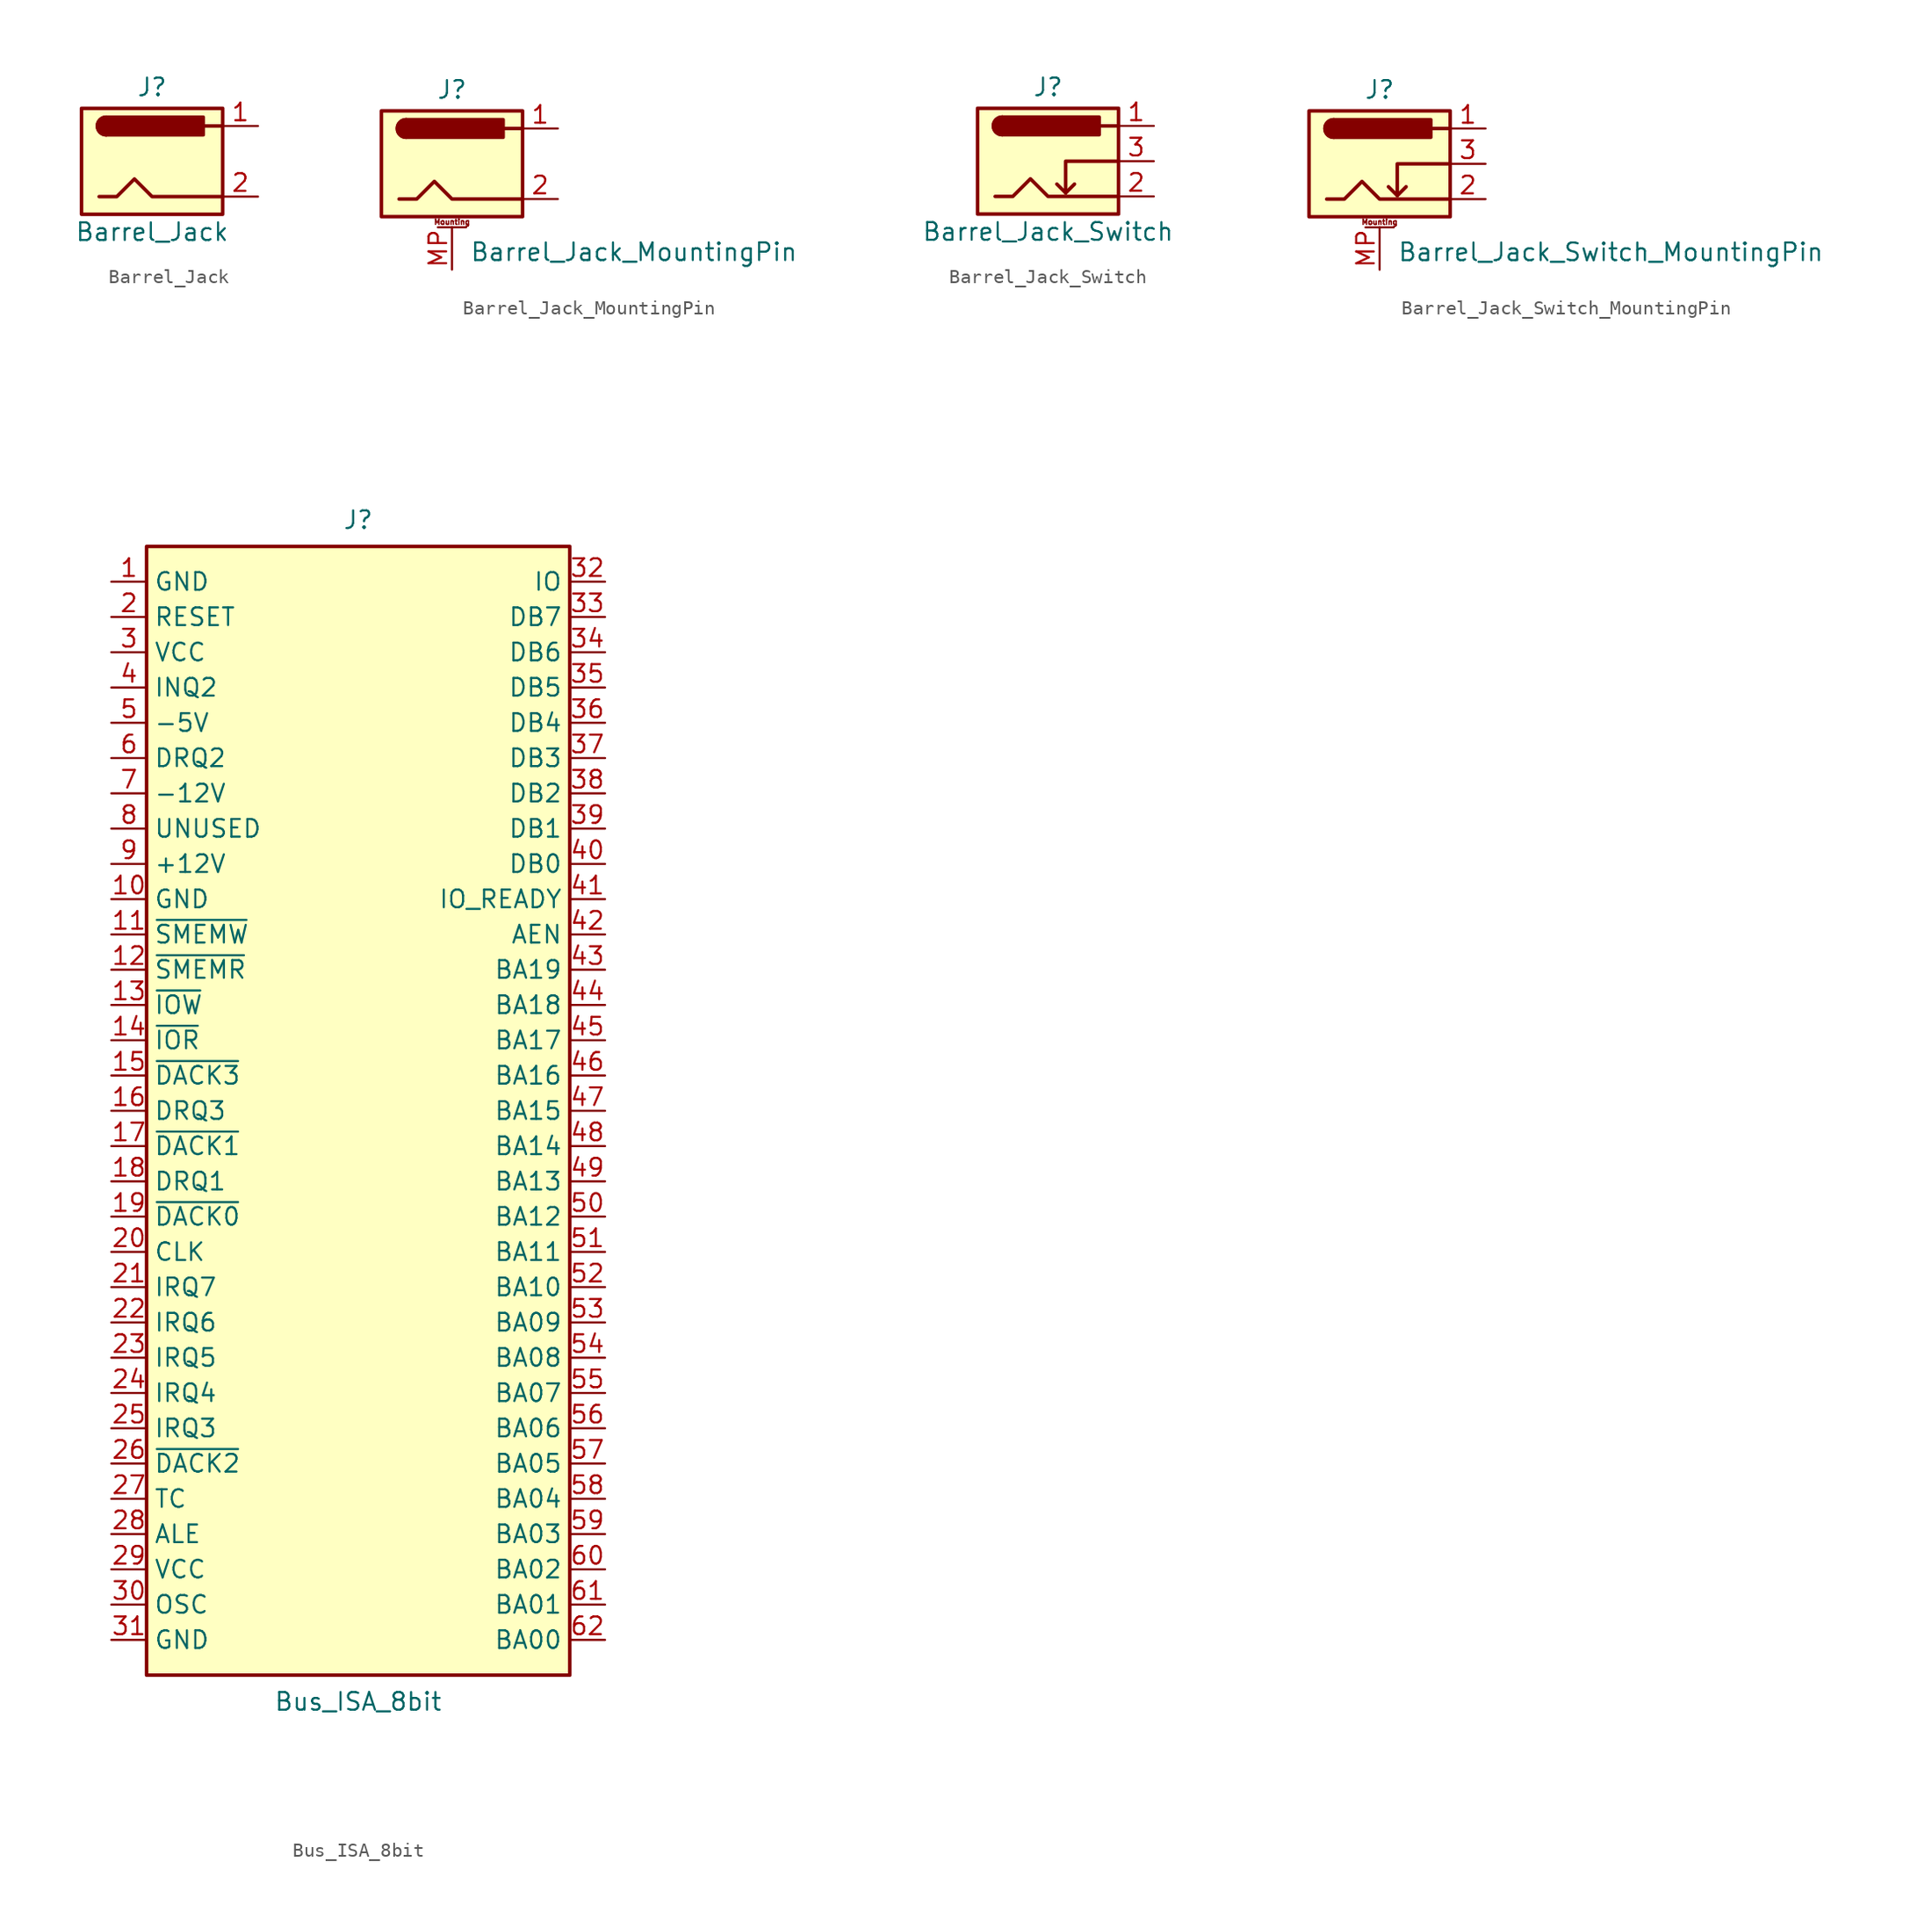
<source format=kicad_sym>
(kicad_symbol_lib
  (version 20201005)
  (generator kicad_symbol_editor)
  (symbol "Barrel_Jack"
    (pin_names
      (offset 1.016))
    (property "Reference" "J"
      (at 0 5.334 0)
      (effects (font (size 1.27 1.27))))
    (property "Value" "Barrel_Jack"
      (at 0 -5.08 0)
      (effects (font (size 1.27 1.27))))
    (symbol "Barrel_Jack_0_1"
      (arc (start -3.302 3.175) (end -3.302 1.905) (radius (at -3.302 2.54) (length 0.635) (angles 90.1 -90.1)) (stroke (width 0.254)) (fill (type outline)))
      (arc (start -3.302 3.175) (end -3.302 1.905) (radius (at -3.302 2.54) (length 0.635) (angles 90.1 -90.1)) (stroke (width 0.254)) (fill (type none)))
      (rectangle (start -5.08 3.81) (end 5.08 -3.81) (stroke (width 0.254)) (fill (type background)))
      (rectangle (start 3.683 3.175) (end -3.302 1.905) (stroke (width 0.254)) (fill (type outline)))
      (polyline (pts (xy 5.08 2.54) (xy 3.81 2.54)) (stroke (width 0.254)) (fill (type none)))
      (polyline (pts (xy -3.81 -2.54) (xy -2.54 -2.54) (xy -1.27 -1.27) (xy 0 -2.54) (xy 2.54 -2.54) (xy 5.08 -2.54)) (stroke (width 0.254)) (fill (type none))))
    (symbol "Barrel_Jack_1_1"
      (pin passive line (at 7.62 2.54 180) (length 2.54) (name "~" (effects (font (size 1.27 1.27)))) (number "1" (effects (font (size 1.27 1.27)))))
      (pin passive line (at 7.62 -2.54 180) (length 2.54) (name "~" (effects (font (size 1.27 1.27)))) (number "2" (effects (font (size 1.27 1.27)))))))
  (symbol "Barrel_Jack_MountingPin"
    (pin_names hide)
    (property "Reference" "J"
      (at 0 5.334 0)
      (effects (font (size 1.27 1.27))))
    (property "Value" "Barrel_Jack_MountingPin"
      (at 1.27 -6.35 0)
      (effects (font (size 1.27 1.27)) (justify left)))
    (symbol "Barrel_Jack_MountingPin_0_1"
      (arc (start -3.302 3.175) (end -3.302 1.905) (radius (at -3.302 2.54) (length 0.635) (angles 90.1 -90.1)) (stroke (width 0.254)) (fill (type outline)))
      (arc (start -3.302 3.175) (end -3.302 1.905) (radius (at -3.302 2.54) (length 0.635) (angles 90.1 -90.1)) (stroke (width 0.254)) (fill (type none)))
      (rectangle (start -5.08 3.81) (end 5.08 -3.81) (stroke (width 0.254)) (fill (type background)))
      (rectangle (start 3.683 3.175) (end -3.302 1.905) (stroke (width 0.254)) (fill (type outline)))
      (polyline (pts (xy 5.08 2.54) (xy 3.81 2.54)) (stroke (width 0.254)) (fill (type none)))
      (polyline (pts (xy -3.81 -2.54) (xy -2.54 -2.54) (xy -1.27 -1.27) (xy 0 -2.54) (xy 2.54 -2.54) (xy 5.08 -2.54)) (stroke (width 0.254)) (fill (type none))))
    (symbol "Barrel_Jack_MountingPin_1_1"
      (text "Mounting" (at 0 -4.191 0) (effects (font (size 0.381 0.381))))
      (polyline (pts (xy -1.016 -4.572) (xy 1.016 -4.572)) (stroke (width 0.152)) (fill (type none)))
      (pin passive line (at 7.62 2.54 180) (length 2.54) (name "~" (effects (font (size 1.27 1.27)))) (number "1" (effects (font (size 1.27 1.27)))))
      (pin passive line (at 7.62 -2.54 180) (length 2.54) (name "~" (effects (font (size 1.27 1.27)))) (number "2" (effects (font (size 1.27 1.27)))))
      (pin passive line (at 0 -7.62 90) (length 3.048) (name "MountPin" (effects (font (size 1.27 1.27)))) (number "MP" (effects (font (size 1.27 1.27)))))))
  (symbol "Barrel_Jack_Switch"
    (pin_names hide)
    (property "Reference" "J"
      (at 0 5.334 0)
      (effects (font (size 1.27 1.27))))
    (property "Value" "Barrel_Jack_Switch"
      (at 0 -5.08 0)
      (effects (font (size 1.27 1.27))))
    (symbol "Barrel_Jack_Switch_0_1"
      (arc (start -3.302 3.175) (end -3.302 1.905) (radius (at -3.302 2.54) (length 0.635) (angles 90.1 -90.1)) (stroke (width 0.254)) (fill (type outline)))
      (arc (start -3.302 3.175) (end -3.302 1.905) (radius (at -3.302 2.54) (length 0.635) (angles 90.1 -90.1)) (stroke (width 0.254)) (fill (type none)))
      (rectangle (start -5.08 3.81) (end 5.08 -3.81) (stroke (width 0.254)) (fill (type background)))
      (rectangle (start 3.683 3.175) (end -3.302 1.905) (stroke (width 0.254)) (fill (type outline)))
      (polyline (pts (xy 1.27 -2.286) (xy 1.905 -1.651)) (stroke (width 0.254)) (fill (type none)))
      (polyline (pts (xy 5.08 2.54) (xy 3.81 2.54)) (stroke (width 0.254)) (fill (type none)))
      (polyline (pts (xy 5.08 0) (xy 1.27 0) (xy 1.27 -2.286) (xy 0.635 -1.651)) (stroke (width 0.254)) (fill (type none)))
      (polyline (pts (xy -3.81 -2.54) (xy -2.54 -2.54) (xy -1.27 -1.27) (xy 0 -2.54) (xy 2.54 -2.54) (xy 5.08 -2.54)) (stroke (width 0.254)) (fill (type none))))
    (symbol "Barrel_Jack_Switch_1_1"
      (pin passive line (at 7.62 2.54 180) (length 2.54) (name "~" (effects (font (size 1.27 1.27)))) (number "1" (effects (font (size 1.27 1.27)))))
      (pin passive line (at 7.62 -2.54 180) (length 2.54) (name "~" (effects (font (size 1.27 1.27)))) (number "2" (effects (font (size 1.27 1.27)))))
      (pin passive line (at 7.62 0 180) (length 2.54) (name "~" (effects (font (size 1.27 1.27)))) (number "3" (effects (font (size 1.27 1.27)))))))
  (symbol "Barrel_Jack_Switch_MountingPin"
    (pin_names hide)
    (property "Reference" "J"
      (at 0 5.334 0)
      (effects (font (size 1.27 1.27))))
    (property "Value" "Barrel_Jack_Switch_MountingPin"
      (at 1.27 -6.35 0)
      (effects (font (size 1.27 1.27)) (justify left)))
    (symbol "Barrel_Jack_Switch_MountingPin_0_1"
      (arc (start -3.302 3.175) (end -3.302 1.905) (radius (at -3.302 2.54) (length 0.635) (angles 90.1 -90.1)) (stroke (width 0.254)) (fill (type outline)))
      (arc (start -3.302 3.175) (end -3.302 1.905) (radius (at -3.302 2.54) (length 0.635) (angles 90.1 -90.1)) (stroke (width 0.254)) (fill (type none)))
      (rectangle (start -5.08 3.81) (end 5.08 -3.81) (stroke (width 0.254)) (fill (type background)))
      (rectangle (start 3.683 3.175) (end -3.302 1.905) (stroke (width 0.254)) (fill (type outline)))
      (polyline (pts (xy 1.27 -2.286) (xy 1.905 -1.651)) (stroke (width 0.254)) (fill (type none)))
      (polyline (pts (xy 5.08 2.54) (xy 3.81 2.54)) (stroke (width 0.254)) (fill (type none)))
      (polyline (pts (xy 5.08 0) (xy 1.27 0) (xy 1.27 -2.286) (xy 0.635 -1.651)) (stroke (width 0.254)) (fill (type none)))
      (polyline (pts (xy -3.81 -2.54) (xy -2.54 -2.54) (xy -1.27 -1.27) (xy 0 -2.54) (xy 2.54 -2.54) (xy 5.08 -2.54)) (stroke (width 0.254)) (fill (type none))))
    (symbol "Barrel_Jack_Switch_MountingPin_1_1"
      (text "Mounting" (at 0 -4.191 0) (effects (font (size 0.381 0.381))))
      (polyline (pts (xy -1.016 -4.572) (xy 1.016 -4.572)) (stroke (width 0.152)) (fill (type none)))
      (pin passive line (at 7.62 2.54 180) (length 2.54) (name "~" (effects (font (size 1.27 1.27)))) (number "1" (effects (font (size 1.27 1.27)))))
      (pin passive line (at 7.62 -2.54 180) (length 2.54) (name "~" (effects (font (size 1.27 1.27)))) (number "2" (effects (font (size 1.27 1.27)))))
      (pin passive line (at 7.62 0 180) (length 2.54) (name "~" (effects (font (size 1.27 1.27)))) (number "3" (effects (font (size 1.27 1.27)))))
      (pin passive line (at 0 -7.62 90) (length 3.048) (name "MountPin" (effects (font (size 1.27 1.27)))) (number "MP" (effects (font (size 1.27 1.27)))))))
  (symbol "Bus_ISA_8bit"
    (property "Reference" "J"
      (at 0 42.545 0)
      (effects (font (size 1.27 1.27))))
    (property "Value" "Bus_ISA_8bit"
      (at 0 -42.545 0)
      (effects (font (size 1.27 1.27))))
    (symbol "Bus_ISA_8bit_0_1"
      (rectangle (start -15.24 -40.64) (end 15.24 40.64) (stroke (width 0.254)) (fill (type background))))
    (symbol "Bus_ISA_8bit_1_1"
      (pin power_in line (at -17.78 38.1 0) (length 2.54) (name "GND" (effects (font (size 1.27 1.27)))) (number "1" (effects (font (size 1.27 1.27)))))
      (pin power_in line (at -17.78 15.24 0) (length 2.54) (name "GND" (effects (font (size 1.27 1.27)))) (number "10" (effects (font (size 1.27 1.27)))))
      (pin output line (at -17.78 12.7 0) (length 2.54) (name "~SMEMW" (effects (font (size 1.27 1.27)))) (number "11" (effects (font (size 1.27 1.27)))))
      (pin output line (at -17.78 10.16 0) (length 2.54) (name "~SMEMR" (effects (font (size 1.27 1.27)))) (number "12" (effects (font (size 1.27 1.27)))))
      (pin output line (at -17.78 7.62 0) (length 2.54) (name "~IOW" (effects (font (size 1.27 1.27)))) (number "13" (effects (font (size 1.27 1.27)))))
      (pin output line (at -17.78 5.08 0) (length 2.54) (name "~IOR" (effects (font (size 1.27 1.27)))) (number "14" (effects (font (size 1.27 1.27)))))
      (pin passive line (at -17.78 2.54 0) (length 2.54) (name "~DACK3" (effects (font (size 1.27 1.27)))) (number "15" (effects (font (size 1.27 1.27)))))
      (pin passive line (at -17.78 0 0) (length 2.54) (name "DRQ3" (effects (font (size 1.27 1.27)))) (number "16" (effects (font (size 1.27 1.27)))))
      (pin passive line (at -17.78 -2.54 0) (length 2.54) (name "~DACK1" (effects (font (size 1.27 1.27)))) (number "17" (effects (font (size 1.27 1.27)))))
      (pin passive line (at -17.78 -5.08 0) (length 2.54) (name "DRQ1" (effects (font (size 1.27 1.27)))) (number "18" (effects (font (size 1.27 1.27)))))
      (pin passive line (at -17.78 -7.62 0) (length 2.54) (name "~DACK0" (effects (font (size 1.27 1.27)))) (number "19" (effects (font (size 1.27 1.27)))))
      (pin output line (at -17.78 35.56 0) (length 2.54) (name "RESET" (effects (font (size 1.27 1.27)))) (number "2" (effects (font (size 1.27 1.27)))))
      (pin output line (at -17.78 -10.16 0) (length 2.54) (name "CLK" (effects (font (size 1.27 1.27)))) (number "20" (effects (font (size 1.27 1.27)))))
      (pin passive line (at -17.78 -12.7 0) (length 2.54) (name "IRQ7" (effects (font (size 1.27 1.27)))) (number "21" (effects (font (size 1.27 1.27)))))
      (pin passive line (at -17.78 -15.24 0) (length 2.54) (name "IRQ6" (effects (font (size 1.27 1.27)))) (number "22" (effects (font (size 1.27 1.27)))))
      (pin passive line (at -17.78 -17.78 0) (length 2.54) (name "IRQ5" (effects (font (size 1.27 1.27)))) (number "23" (effects (font (size 1.27 1.27)))))
      (pin passive line (at -17.78 -20.32 0) (length 2.54) (name "IRQ4" (effects (font (size 1.27 1.27)))) (number "24" (effects (font (size 1.27 1.27)))))
      (pin passive line (at -17.78 -22.86 0) (length 2.54) (name "IRQ3" (effects (font (size 1.27 1.27)))) (number "25" (effects (font (size 1.27 1.27)))))
      (pin passive line (at -17.78 -25.4 0) (length 2.54) (name "~DACK2" (effects (font (size 1.27 1.27)))) (number "26" (effects (font (size 1.27 1.27)))))
      (pin passive line (at -17.78 -27.94 0) (length 2.54) (name "TC" (effects (font (size 1.27 1.27)))) (number "27" (effects (font (size 1.27 1.27)))))
      (pin output line (at -17.78 -30.48 0) (length 2.54) (name "ALE" (effects (font (size 1.27 1.27)))) (number "28" (effects (font (size 1.27 1.27)))))
      (pin power_in line (at -17.78 -33.02 0) (length 2.54) (name "VCC" (effects (font (size 1.27 1.27)))) (number "29" (effects (font (size 1.27 1.27)))))
      (pin power_in line (at -17.78 33.02 0) (length 2.54) (name "VCC" (effects (font (size 1.27 1.27)))) (number "3" (effects (font (size 1.27 1.27)))))
      (pin output line (at -17.78 -35.56 0) (length 2.54) (name "OSC" (effects (font (size 1.27 1.27)))) (number "30" (effects (font (size 1.27 1.27)))))
      (pin power_in line (at -17.78 -38.1 0) (length 2.54) (name "GND" (effects (font (size 1.27 1.27)))) (number "31" (effects (font (size 1.27 1.27)))))
      (pin passive line (at 17.78 38.1 180) (length 2.54) (name "IO" (effects (font (size 1.27 1.27)))) (number "32" (effects (font (size 1.27 1.27)))))
      (pin tri_state line (at 17.78 35.56 180) (length 2.54) (name "DB7" (effects (font (size 1.27 1.27)))) (number "33" (effects (font (size 1.27 1.27)))))
      (pin tri_state line (at 17.78 33.02 180) (length 2.54) (name "DB6" (effects (font (size 1.27 1.27)))) (number "34" (effects (font (size 1.27 1.27)))))
      (pin tri_state line (at 17.78 30.48 180) (length 2.54) (name "DB5" (effects (font (size 1.27 1.27)))) (number "35" (effects (font (size 1.27 1.27)))))
      (pin tri_state line (at 17.78 27.94 180) (length 2.54) (name "DB4" (effects (font (size 1.27 1.27)))) (number "36" (effects (font (size 1.27 1.27)))))
      (pin tri_state line (at 17.78 25.4 180) (length 2.54) (name "DB3" (effects (font (size 1.27 1.27)))) (number "37" (effects (font (size 1.27 1.27)))))
      (pin tri_state line (at 17.78 22.86 180) (length 2.54) (name "DB2" (effects (font (size 1.27 1.27)))) (number "38" (effects (font (size 1.27 1.27)))))
      (pin tri_state line (at 17.78 20.32 180) (length 2.54) (name "DB1" (effects (font (size 1.27 1.27)))) (number "39" (effects (font (size 1.27 1.27)))))
      (pin passive line (at -17.78 30.48 0) (length 2.54) (name "INQ2" (effects (font (size 1.27 1.27)))) (number "4" (effects (font (size 1.27 1.27)))))
      (pin tri_state line (at 17.78 17.78 180) (length 2.54) (name "DB0" (effects (font (size 1.27 1.27)))) (number "40" (effects (font (size 1.27 1.27)))))
      (pin passive line (at 17.78 15.24 180) (length 2.54) (name "IO_READY" (effects (font (size 1.27 1.27)))) (number "41" (effects (font (size 1.27 1.27)))))
      (pin output line (at 17.78 12.7 180) (length 2.54) (name "AEN" (effects (font (size 1.27 1.27)))) (number "42" (effects (font (size 1.27 1.27)))))
      (pin tri_state line (at 17.78 10.16 180) (length 2.54) (name "BA19" (effects (font (size 1.27 1.27)))) (number "43" (effects (font (size 1.27 1.27)))))
      (pin tri_state line (at 17.78 7.62 180) (length 2.54) (name "BA18" (effects (font (size 1.27 1.27)))) (number "44" (effects (font (size 1.27 1.27)))))
      (pin tri_state line (at 17.78 5.08 180) (length 2.54) (name "BA17" (effects (font (size 1.27 1.27)))) (number "45" (effects (font (size 1.27 1.27)))))
      (pin tri_state line (at 17.78 2.54 180) (length 2.54) (name "BA16" (effects (font (size 1.27 1.27)))) (number "46" (effects (font (size 1.27 1.27)))))
      (pin tri_state line (at 17.78 0 180) (length 2.54) (name "BA15" (effects (font (size 1.27 1.27)))) (number "47" (effects (font (size 1.27 1.27)))))
      (pin tri_state line (at 17.78 -2.54 180) (length 2.54) (name "BA14" (effects (font (size 1.27 1.27)))) (number "48" (effects (font (size 1.27 1.27)))))
      (pin tri_state line (at 17.78 -5.08 180) (length 2.54) (name "BA13" (effects (font (size 1.27 1.27)))) (number "49" (effects (font (size 1.27 1.27)))))
      (pin power_in line (at -17.78 27.94 0) (length 2.54) (name "-5V" (effects (font (size 1.27 1.27)))) (number "5" (effects (font (size 1.27 1.27)))))
      (pin tri_state line (at 17.78 -7.62 180) (length 2.54) (name "BA12" (effects (font (size 1.27 1.27)))) (number "50" (effects (font (size 1.27 1.27)))))
      (pin tri_state line (at 17.78 -10.16 180) (length 2.54) (name "BA11" (effects (font (size 1.27 1.27)))) (number "51" (effects (font (size 1.27 1.27)))))
      (pin tri_state line (at 17.78 -12.7 180) (length 2.54) (name "BA10" (effects (font (size 1.27 1.27)))) (number "52" (effects (font (size 1.27 1.27)))))
      (pin tri_state line (at 17.78 -15.24 180) (length 2.54) (name "BA09" (effects (font (size 1.27 1.27)))) (number "53" (effects (font (size 1.27 1.27)))))
      (pin tri_state line (at 17.78 -17.78 180) (length 2.54) (name "BA08" (effects (font (size 1.27 1.27)))) (number "54" (effects (font (size 1.27 1.27)))))
      (pin tri_state line (at 17.78 -20.32 180) (length 2.54) (name "BA07" (effects (font (size 1.27 1.27)))) (number "55" (effects (font (size 1.27 1.27)))))
      (pin tri_state line (at 17.78 -22.86 180) (length 2.54) (name "BA06" (effects (font (size 1.27 1.27)))) (number "56" (effects (font (size 1.27 1.27)))))
      (pin tri_state line (at 17.78 -25.4 180) (length 2.54) (name "BA05" (effects (font (size 1.27 1.27)))) (number "57" (effects (font (size 1.27 1.27)))))
      (pin tri_state line (at 17.78 -27.94 180) (length 2.54) (name "BA04" (effects (font (size 1.27 1.27)))) (number "58" (effects (font (size 1.27 1.27)))))
      (pin tri_state line (at 17.78 -30.48 180) (length 2.54) (name "BA03" (effects (font (size 1.27 1.27)))) (number "59" (effects (font (size 1.27 1.27)))))
      (pin passive line (at -17.78 25.4 0) (length 2.54) (name "DRQ2" (effects (font (size 1.27 1.27)))) (number "6" (effects (font (size 1.27 1.27)))))
      (pin tri_state line (at 17.78 -33.02 180) (length 2.54) (name "BA02" (effects (font (size 1.27 1.27)))) (number "60" (effects (font (size 1.27 1.27)))))
      (pin tri_state line (at 17.78 -35.56 180) (length 2.54) (name "BA01" (effects (font (size 1.27 1.27)))) (number "61" (effects (font (size 1.27 1.27)))))
      (pin tri_state line (at 17.78 -38.1 180) (length 2.54) (name "BA00" (effects (font (size 1.27 1.27)))) (number "62" (effects (font (size 1.27 1.27)))))
      (pin power_in line (at -17.78 22.86 0) (length 2.54) (name "-12V" (effects (font (size 1.27 1.27)))) (number "7" (effects (font (size 1.27 1.27)))))
      (pin passive line (at -17.78 20.32 0) (length 2.54) (name "UNUSED" (effects (font (size 1.27 1.27)))) (number "8" (effects (font (size 1.27 1.27)))))
      (pin power_in line (at -17.78 17.78 0) (length 2.54) (name "+12V" (effects (font (size 1.27 1.27)))) (number "9" (effects (font (size 1.27 1.27))))))))
</source>
